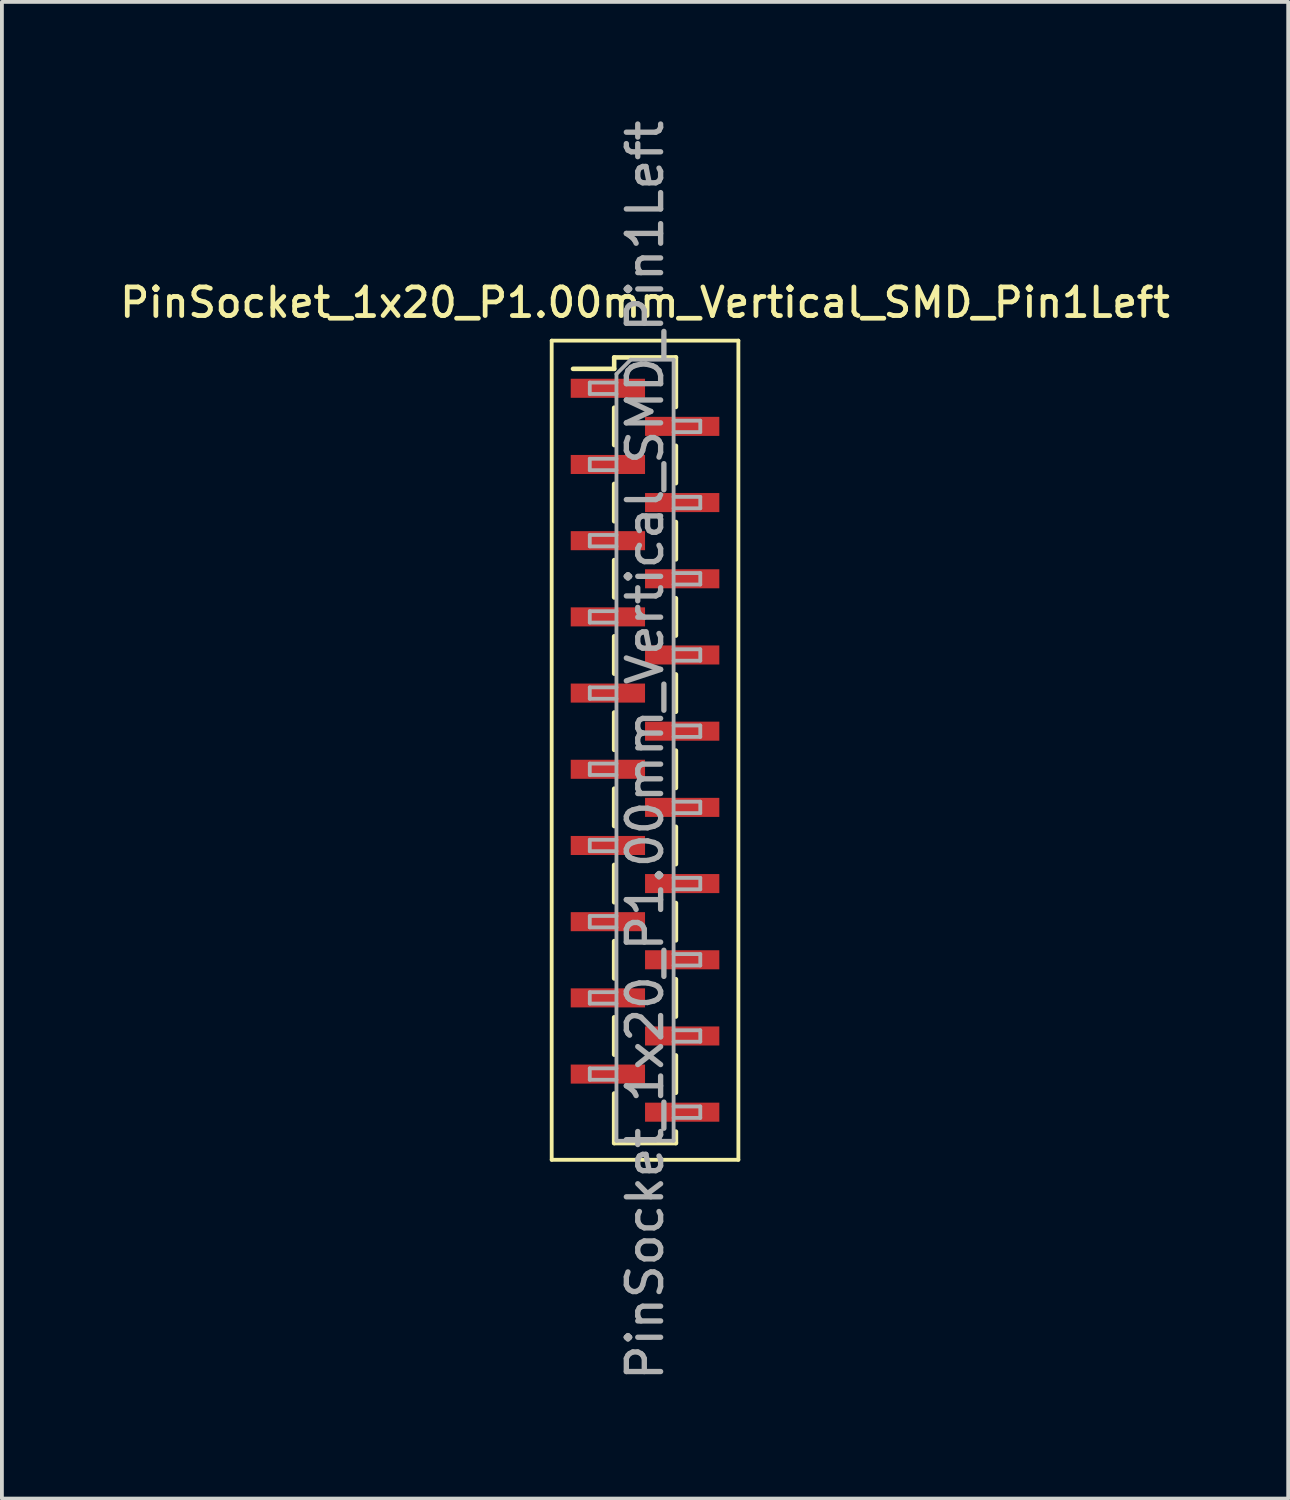
<source format=kicad_pcb>
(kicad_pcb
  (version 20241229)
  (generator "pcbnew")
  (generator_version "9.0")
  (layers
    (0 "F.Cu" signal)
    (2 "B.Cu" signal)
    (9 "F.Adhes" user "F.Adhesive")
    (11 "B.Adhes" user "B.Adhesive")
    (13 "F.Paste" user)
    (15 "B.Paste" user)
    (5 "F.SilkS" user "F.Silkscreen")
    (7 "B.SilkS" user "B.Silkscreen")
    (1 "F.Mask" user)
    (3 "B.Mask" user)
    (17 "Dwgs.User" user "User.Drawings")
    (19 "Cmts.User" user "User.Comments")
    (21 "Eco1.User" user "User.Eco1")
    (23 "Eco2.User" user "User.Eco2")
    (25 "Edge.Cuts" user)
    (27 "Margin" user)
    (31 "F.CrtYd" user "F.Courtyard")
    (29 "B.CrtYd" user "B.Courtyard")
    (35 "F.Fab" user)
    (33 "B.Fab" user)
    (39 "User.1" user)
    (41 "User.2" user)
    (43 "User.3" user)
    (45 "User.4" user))
  (footprint "PinSocket_1x20_P1.00mm_Vertical_SMD_Pin1Left"
    (layer "F.Cu")
    (at 13.88 16.641)
    (property "Reference" "PinSocket_1x20_P1.00mm_Vertical_SMD_Pin1Left" (at 0 -11.75 0) (layer "F.SilkS") (effects (font (size 0.75 0.75) (thickness 0.125))))
    (attr smd)
    (fp_line (start -2.45 -10.75) (end 2.45 -10.75) (stroke (width 0.1) (type solid)) (layer "F.SilkS"))
    (fp_line (start -2.45 10.75) (end -2.45 -10.75) (stroke (width 0.1) (type solid)) (layer "F.SilkS"))
    (fp_line (start -1.89 -10.01) (end -0.81 -10.01) (stroke (width 0.12) (type solid)) (layer "F.SilkS"))
    (fp_line (start -0.81 -10.31) (end -0.81 -10.01) (stroke (width 0.12) (type solid)) (layer "F.SilkS"))
    (fp_line (start -0.81 -10.31) (end 0.81 -10.31) (stroke (width 0.12) (type solid)) (layer "F.SilkS"))
    (fp_line (start -0.81 -8.99) (end -0.81 -8.01) (stroke (width 0.12) (type solid)) (layer "F.SilkS"))
    (fp_line (start -0.81 -6.99) (end -0.81 -6.01) (stroke (width 0.12) (type solid)) (layer "F.SilkS"))
    (fp_line (start -0.81 -4.99) (end -0.81 -4.01) (stroke (width 0.12) (type solid)) (layer "F.SilkS"))
    (fp_line (start -0.81 -2.99) (end -0.81 -2.01) (stroke (width 0.12) (type solid)) (layer "F.SilkS"))
    (fp_line (start -0.81 -0.99) (end -0.81 -0.01) (stroke (width 0.12) (type solid)) (layer "F.SilkS"))
    (fp_line (start -0.81 1.01) (end -0.81 1.99) (stroke (width 0.12) (type solid)) (layer "F.SilkS"))
    (fp_line (start -0.81 3.01) (end -0.81 3.99) (stroke (width 0.12) (type solid)) (layer "F.SilkS"))
    (fp_line (start -0.81 5.01) (end -0.81 5.99) (stroke (width 0.12) (type solid)) (layer "F.SilkS"))
    (fp_line (start -0.81 7.01) (end -0.81 7.99) (stroke (width 0.12) (type solid)) (layer "F.SilkS"))
    (fp_line (start -0.81 9.01) (end -0.81 10.31) (stroke (width 0.12) (type solid)) (layer "F.SilkS"))
    (fp_line (start -0.81 10.31) (end 0.81 10.31) (stroke (width 0.12) (type solid)) (layer "F.SilkS"))
    (fp_line (start 0.81 -10.31) (end 0.81 -9.01) (stroke (width 0.12) (type solid)) (layer "F.SilkS"))
    (fp_line (start 0.81 -7.99) (end 0.81 -7.01) (stroke (width 0.12) (type solid)) (layer "F.SilkS"))
    (fp_line (start 0.81 -5.99) (end 0.81 -5.01) (stroke (width 0.12) (type solid)) (layer "F.SilkS"))
    (fp_line (start 0.81 -3.99) (end 0.81 -3.01) (stroke (width 0.12) (type solid)) (layer "F.SilkS"))
    (fp_line (start 0.81 -1.99) (end 0.81 -1.01) (stroke (width 0.12) (type solid)) (layer "F.SilkS"))
    (fp_line (start 0.81 0.01) (end 0.81 0.99) (stroke (width 0.12) (type solid)) (layer "F.SilkS"))
    (fp_line (start 0.81 2.01) (end 0.81 2.99) (stroke (width 0.12) (type solid)) (layer "F.SilkS"))
    (fp_line (start 0.81 4.01) (end 0.81 4.99) (stroke (width 0.12) (type solid)) (layer "F.SilkS"))
    (fp_line (start 0.81 6.01) (end 0.81 6.99) (stroke (width 0.12) (type solid)) (layer "F.SilkS"))
    (fp_line (start 0.81 8.01) (end 0.81 8.99) (stroke (width 0.12) (type solid)) (layer "F.SilkS"))
    (fp_line (start 0.81 10.01) (end 0.81 10.31) (stroke (width 0.12) (type solid)) (layer "F.SilkS"))
    (fp_line (start 2.45 -10.75) (end 2.45 10.75) (stroke (width 0.1) (type solid)) (layer "F.SilkS"))
    (fp_line (start 2.45 10.75) (end -2.45 10.75) (stroke (width 0.1) (type solid)) (layer "F.SilkS"))
    (fp_line (start -1.45 -9.65) (end -0.75 -9.65) (stroke (width 0.1) (type solid)) (layer "F.Fab"))
    (fp_line (start -1.45 -9.35) (end -1.45 -9.65) (stroke (width 0.1) (type solid)) (layer "F.Fab"))
    (fp_line (start -1.45 -7.65) (end -0.75 -7.65) (stroke (width 0.1) (type solid)) (layer "F.Fab"))
    (fp_line (start -1.45 -7.35) (end -1.45 -7.65) (stroke (width 0.1) (type solid)) (layer "F.Fab"))
    (fp_line (start -1.45 -5.65) (end -0.75 -5.65) (stroke (width 0.1) (type solid)) (layer "F.Fab"))
    (fp_line (start -1.45 -5.35) (end -1.45 -5.65) (stroke (width 0.1) (type solid)) (layer "F.Fab"))
    (fp_line (start -1.45 -3.65) (end -0.75 -3.65) (stroke (width 0.1) (type solid)) (layer "F.Fab"))
    (fp_line (start -1.45 -3.35) (end -1.45 -3.65) (stroke (width 0.1) (type solid)) (layer "F.Fab"))
    (fp_line (start -1.45 -1.65) (end -0.75 -1.65) (stroke (width 0.1) (type solid)) (layer "F.Fab"))
    (fp_line (start -1.45 -1.35) (end -1.45 -1.65) (stroke (width 0.1) (type solid)) (layer "F.Fab"))
    (fp_line (start -1.45 0.35) (end -0.75 0.35) (stroke (width 0.1) (type solid)) (layer "F.Fab"))
    (fp_line (start -1.45 0.65) (end -1.45 0.35) (stroke (width 0.1) (type solid)) (layer "F.Fab"))
    (fp_line (start -1.45 2.35) (end -0.75 2.35) (stroke (width 0.1) (type solid)) (layer "F.Fab"))
    (fp_line (start -1.45 2.65) (end -1.45 2.35) (stroke (width 0.1) (type solid)) (layer "F.Fab"))
    (fp_line (start -1.45 4.35) (end -0.75 4.35) (stroke (width 0.1) (type solid)) (layer "F.Fab"))
    (fp_line (start -1.45 4.65) (end -1.45 4.35) (stroke (width 0.1) (type solid)) (layer "F.Fab"))
    (fp_line (start -1.45 6.35) (end -0.75 6.35) (stroke (width 0.1) (type solid)) (layer "F.Fab"))
    (fp_line (start -1.45 6.65) (end -1.45 6.35) (stroke (width 0.1) (type solid)) (layer "F.Fab"))
    (fp_line (start -1.45 8.35) (end -0.75 8.35) (stroke (width 0.1) (type solid)) (layer "F.Fab"))
    (fp_line (start -1.45 8.65) (end -1.45 8.35) (stroke (width 0.1) (type solid)) (layer "F.Fab"))
    (fp_line (start -0.75 -9.875) (end -0.375 -10.25) (stroke (width 0.1) (type solid)) (layer "F.Fab"))
    (fp_line (start -0.75 -9.35) (end -1.45 -9.35) (stroke (width 0.1) (type solid)) (layer "F.Fab"))
    (fp_line (start -0.75 -7.35) (end -1.45 -7.35) (stroke (width 0.1) (type solid)) (layer "F.Fab"))
    (fp_line (start -0.75 -5.35) (end -1.45 -5.35) (stroke (width 0.1) (type solid)) (layer "F.Fab"))
    (fp_line (start -0.75 -3.35) (end -1.45 -3.35) (stroke (width 0.1) (type solid)) (layer "F.Fab"))
    (fp_line (start -0.75 -1.35) (end -1.45 -1.35) (stroke (width 0.1) (type solid)) (layer "F.Fab"))
    (fp_line (start -0.75 0.65) (end -1.45 0.65) (stroke (width 0.1) (type solid)) (layer "F.Fab"))
    (fp_line (start -0.75 2.65) (end -1.45 2.65) (stroke (width 0.1) (type solid)) (layer "F.Fab"))
    (fp_line (start -0.75 4.65) (end -1.45 4.65) (stroke (width 0.1) (type solid)) (layer "F.Fab"))
    (fp_line (start -0.75 6.65) (end -1.45 6.65) (stroke (width 0.1) (type solid)) (layer "F.Fab"))
    (fp_line (start -0.75 8.65) (end -1.45 8.65) (stroke (width 0.1) (type solid)) (layer "F.Fab"))
    (fp_line (start -0.75 10.25) (end -0.75 -9.875) (stroke (width 0.1) (type solid)) (layer "F.Fab"))
    (fp_line (start -0.375 -10.25) (end 0.75 -10.25) (stroke (width 0.1) (type solid)) (layer "F.Fab"))
    (fp_line (start 0.75 -10.25) (end 0.75 10.25) (stroke (width 0.1) (type solid)) (layer "F.Fab"))
    (fp_line (start 0.75 -8.65) (end 1.45 -8.65) (stroke (width 0.1) (type solid)) (layer "F.Fab"))
    (fp_line (start 0.75 -6.65) (end 1.45 -6.65) (stroke (width 0.1) (type solid)) (layer "F.Fab"))
    (fp_line (start 0.75 -4.65) (end 1.45 -4.65) (stroke (width 0.1) (type solid)) (layer "F.Fab"))
    (fp_line (start 0.75 -2.65) (end 1.45 -2.65) (stroke (width 0.1) (type solid)) (layer "F.Fab"))
    (fp_line (start 0.75 -0.65) (end 1.45 -0.65) (stroke (width 0.1) (type solid)) (layer "F.Fab"))
    (fp_line (start 0.75 1.35) (end 1.45 1.35) (stroke (width 0.1) (type solid)) (layer "F.Fab"))
    (fp_line (start 0.75 3.35) (end 1.45 3.35) (stroke (width 0.1) (type solid)) (layer "F.Fab"))
    (fp_line (start 0.75 5.35) (end 1.45 5.35) (stroke (width 0.1) (type solid)) (layer "F.Fab"))
    (fp_line (start 0.75 7.35) (end 1.45 7.35) (stroke (width 0.1) (type solid)) (layer "F.Fab"))
    (fp_line (start 0.75 9.35) (end 1.45 9.35) (stroke (width 0.1) (type solid)) (layer "F.Fab"))
    (fp_line (start 0.75 10.25) (end -0.75 10.25) (stroke (width 0.1) (type solid)) (layer "F.Fab"))
    (fp_line (start 1.45 -8.65) (end 1.45 -8.35) (stroke (width 0.1) (type solid)) (layer "F.Fab"))
    (fp_line (start 1.45 -8.35) (end 0.75 -8.35) (stroke (width 0.1) (type solid)) (layer "F.Fab"))
    (fp_line (start 1.45 -6.65) (end 1.45 -6.35) (stroke (width 0.1) (type solid)) (layer "F.Fab"))
    (fp_line (start 1.45 -6.35) (end 0.75 -6.35) (stroke (width 0.1) (type solid)) (layer "F.Fab"))
    (fp_line (start 1.45 -4.65) (end 1.45 -4.35) (stroke (width 0.1) (type solid)) (layer "F.Fab"))
    (fp_line (start 1.45 -4.35) (end 0.75 -4.35) (stroke (width 0.1) (type solid)) (layer "F.Fab"))
    (fp_line (start 1.45 -2.65) (end 1.45 -2.35) (stroke (width 0.1) (type solid)) (layer "F.Fab"))
    (fp_line (start 1.45 -2.35) (end 0.75 -2.35) (stroke (width 0.1) (type solid)) (layer "F.Fab"))
    (fp_line (start 1.45 -0.65) (end 1.45 -0.35) (stroke (width 0.1) (type solid)) (layer "F.Fab"))
    (fp_line (start 1.45 -0.35) (end 0.75 -0.35) (stroke (width 0.1) (type solid)) (layer "F.Fab"))
    (fp_line (start 1.45 1.35) (end 1.45 1.65) (stroke (width 0.1) (type solid)) (layer "F.Fab"))
    (fp_line (start 1.45 1.65) (end 0.75 1.65) (stroke (width 0.1) (type solid)) (layer "F.Fab"))
    (fp_line (start 1.45 3.35) (end 1.45 3.65) (stroke (width 0.1) (type solid)) (layer "F.Fab"))
    (fp_line (start 1.45 3.65) (end 0.75 3.65) (stroke (width 0.1) (type solid)) (layer "F.Fab"))
    (fp_line (start 1.45 5.35) (end 1.45 5.65) (stroke (width 0.1) (type solid)) (layer "F.Fab"))
    (fp_line (start 1.45 5.65) (end 0.75 5.65) (stroke (width 0.1) (type solid)) (layer "F.Fab"))
    (fp_line (start 1.45 7.35) (end 1.45 7.65) (stroke (width 0.1) (type solid)) (layer "F.Fab"))
    (fp_line (start 1.45 7.65) (end 0.75 7.65) (stroke (width 0.1) (type solid)) (layer "F.Fab"))
    (fp_line (start 1.45 9.35) (end 1.45 9.65) (stroke (width 0.1) (type solid)) (layer "F.Fab"))
    (fp_line (start 1.45 9.65) (end 0.75 9.65) (stroke (width 0.1) (type solid)) (layer "F.Fab"))
    (fp_text user "${REFERENCE}" (at 0 0 90) (layer "F.Fab") (effects (font (size 0.9 0.9) (thickness 0.14))))
    (pad "1" smd rect (at -0.975 -9.5) (size 1.95 0.5) (layers "F.Cu" "F.Mask" "F.Paste"))
    (pad "2" smd rect (at 0.975 -8.5) (size 1.95 0.5) (layers "F.Cu" "F.Mask" "F.Paste"))
    (pad "3" smd rect (at -0.975 -7.5) (size 1.95 0.5) (layers "F.Cu" "F.Mask" "F.Paste"))
    (pad "4" smd rect (at 0.975 -6.5) (size 1.95 0.5) (layers "F.Cu" "F.Mask" "F.Paste"))
    (pad "5" smd rect (at -0.975 -5.5) (size 1.95 0.5) (layers "F.Cu" "F.Mask" "F.Paste"))
    (pad "6" smd rect (at 0.975 -4.5) (size 1.95 0.5) (layers "F.Cu" "F.Mask" "F.Paste"))
    (pad "7" smd rect (at -0.975 -3.5) (size 1.95 0.5) (layers "F.Cu" "F.Mask" "F.Paste"))
    (pad "8" smd rect (at 0.975 -2.5) (size 1.95 0.5) (layers "F.Cu" "F.Mask" "F.Paste"))
    (pad "9" smd rect (at -0.975 -1.5) (size 1.95 0.5) (layers "F.Cu" "F.Mask" "F.Paste"))
    (pad "10" smd rect (at 0.975 -0.5) (size 1.95 0.5) (layers "F.Cu" "F.Mask" "F.Paste"))
    (pad "11" smd rect (at -0.975 0.5) (size 1.95 0.5) (layers "F.Cu" "F.Mask" "F.Paste"))
    (pad "12" smd rect (at 0.975 1.5) (size 1.95 0.5) (layers "F.Cu" "F.Mask" "F.Paste"))
    (pad "13" smd rect (at -0.975 2.5) (size 1.95 0.5) (layers "F.Cu" "F.Mask" "F.Paste"))
    (pad "14" smd rect (at 0.975 3.5) (size 1.95 0.5) (layers "F.Cu" "F.Mask" "F.Paste"))
    (pad "15" smd rect (at -0.975 4.5) (size 1.95 0.5) (layers "F.Cu" "F.Mask" "F.Paste"))
    (pad "16" smd rect (at 0.975 5.5) (size 1.95 0.5) (layers "F.Cu" "F.Mask" "F.Paste"))
    (pad "17" smd rect (at -0.975 6.5) (size 1.95 0.5) (layers "F.Cu" "F.Mask" "F.Paste"))
    (pad "18" smd rect (at 0.975 7.5) (size 1.95 0.5) (layers "F.Cu" "F.Mask" "F.Paste"))
    (pad "19" smd rect (at -0.975 8.5) (size 1.95 0.5) (layers "F.Cu" "F.Mask" "F.Paste"))
    (pad "20" smd rect (at 0.975 9.5) (size 1.95 0.5) (layers "F.Cu" "F.Mask" "F.Paste")))
  (gr_rect
    (start -3 -3)
    (end 30.761 36.283)
    (stroke (width 0.1) (type default))
    (fill no)
    (layer "Edge.Cuts")))
</source>
